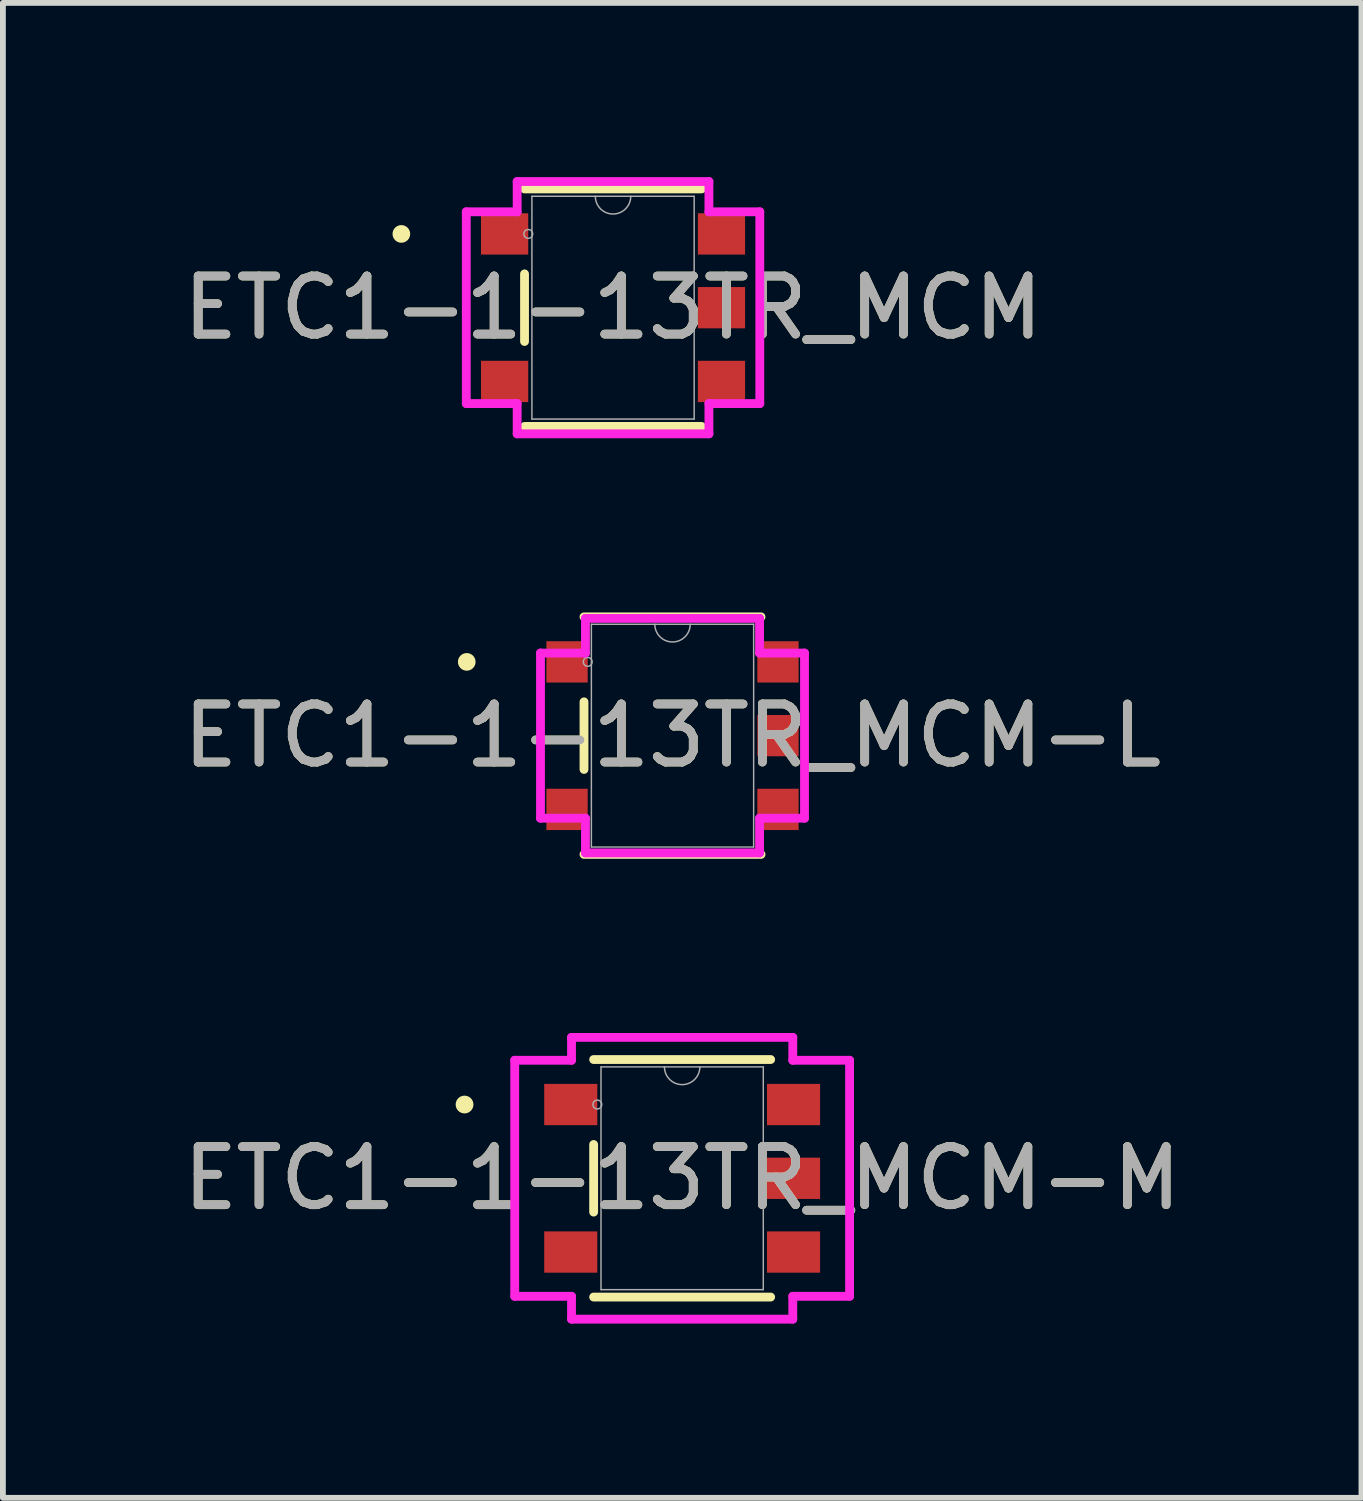
<source format=kicad_pcb>
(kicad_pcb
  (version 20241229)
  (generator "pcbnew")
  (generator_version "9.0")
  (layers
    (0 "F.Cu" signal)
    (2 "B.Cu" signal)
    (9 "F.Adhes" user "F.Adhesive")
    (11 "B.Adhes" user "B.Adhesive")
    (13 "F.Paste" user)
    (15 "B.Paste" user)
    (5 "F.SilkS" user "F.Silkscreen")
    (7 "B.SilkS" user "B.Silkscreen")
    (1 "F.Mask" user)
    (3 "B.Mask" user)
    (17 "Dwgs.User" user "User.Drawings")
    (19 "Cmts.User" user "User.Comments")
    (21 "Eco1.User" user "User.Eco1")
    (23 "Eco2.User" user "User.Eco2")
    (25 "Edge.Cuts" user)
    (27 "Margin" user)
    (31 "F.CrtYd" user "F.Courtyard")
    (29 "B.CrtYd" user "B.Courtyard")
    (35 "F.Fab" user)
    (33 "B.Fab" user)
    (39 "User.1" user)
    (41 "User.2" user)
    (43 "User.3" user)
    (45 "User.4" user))
  (footprint "ETC1-1-13TR_MCM-M"
    (layer "F.Cu")
    (at 8.696 17.239)
    (property "Reference" "ETC1-1-13TR_MCM-M" (at 0 0 0) (unlocked yes) (layer "F.SilkS") (effects (font (size 1 1) (thickness 0.15))))
    (attr smd)
    (fp_line (start -1.524 -0.582) (end -1.524 0.582) (stroke (width 0.152) (type solid)) (layer "F.SilkS"))
    (fp_line (start -1.524 2.045) (end 1.524 2.045) (stroke (width 0.152) (type solid)) (layer "F.SilkS"))
    (fp_line (start 1.524 -2.045) (end -1.524 -2.045) (stroke (width 0.152) (type solid)) (layer "F.SilkS"))
    (fp_circle (center -3.747 -1.27) (end -3.67 -1.27) (stroke (width 0.152) (type solid)) (fill no) (layer "F.SilkS"))
    (fp_line (start -2.883 -2.032) (end -1.905 -2.032) (stroke (width 0.152) (type solid)) (layer "F.CrtYd"))
    (fp_line (start -2.883 2.032) (end -2.883 -2.032) (stroke (width 0.152) (type solid)) (layer "F.CrtYd"))
    (fp_line (start -1.905 -2.426) (end 1.905 -2.426) (stroke (width 0.152) (type solid)) (layer "F.CrtYd"))
    (fp_line (start -1.905 -2.032) (end -1.905 -2.426) (stroke (width 0.152) (type solid)) (layer "F.CrtYd"))
    (fp_line (start -1.905 2.032) (end -2.883 2.032) (stroke (width 0.152) (type solid)) (layer "F.CrtYd"))
    (fp_line (start -1.905 2.426) (end -1.905 2.032) (stroke (width 0.152) (type solid)) (layer "F.CrtYd"))
    (fp_line (start 1.905 -2.426) (end 1.905 -2.032) (stroke (width 0.152) (type solid)) (layer "F.CrtYd"))
    (fp_line (start 1.905 -2.032) (end 2.883 -2.032) (stroke (width 0.152) (type solid)) (layer "F.CrtYd"))
    (fp_line (start 1.905 2.032) (end 1.905 2.426) (stroke (width 0.152) (type solid)) (layer "F.CrtYd"))
    (fp_line (start 1.905 2.426) (end -1.905 2.426) (stroke (width 0.152) (type solid)) (layer "F.CrtYd"))
    (fp_line (start 2.883 -2.032) (end 2.883 2.032) (stroke (width 0.152) (type solid)) (layer "F.CrtYd"))
    (fp_line (start 2.883 2.032) (end 1.905 2.032) (stroke (width 0.152) (type solid)) (layer "F.CrtYd"))
    (fp_line (start -1.397 -1.918) (end -1.397 1.918) (stroke (width 0.025) (type solid)) (layer "F.Fab"))
    (fp_line (start -1.397 1.918) (end 1.397 1.918) (stroke (width 0.025) (type solid)) (layer "F.Fab"))
    (fp_line (start 1.397 -1.918) (end -1.397 -1.918) (stroke (width 0.025) (type solid)) (layer "F.Fab"))
    (fp_line (start 1.397 1.918) (end 1.397 -1.918) (stroke (width 0.025) (type solid)) (layer "F.Fab"))
    (fp_arc (start 0.3048 -1.9177) (mid 0 -1.6129) (end -0.3048 -1.9177) (stroke (width 0.0254) (type solid)) (layer "F.Fab"))
    (fp_circle (center -1.46 -1.27) (end -1.384 -1.27) (stroke (width 0.025) (type solid)) (fill no) (layer "F.Fab"))
    (fp_text user "${REFERENCE}" (at 0 0 0) (unlocked yes) (layer "F.Fab") (effects (font (size 1 1) (thickness 0.15))))
    (pad "1" smd rect (at -1.918 -1.27) (size 0.914 0.711) (layers "F.Cu" "F.Mask" "F.Paste"))
    (pad "2" smd rect (at -1.918 1.27) (size 0.914 0.711) (layers "F.Cu" "F.Mask" "F.Paste"))
    (pad "3" smd rect (at 1.918 1.27) (size 0.914 0.711) (layers "F.Cu" "F.Mask" "F.Paste"))
    (pad "4" smd rect (at 1.918 0) (size 0.914 0.711) (layers "F.Cu" "F.Mask" "F.Paste"))
    (pad "5" smd rect (at 1.918 -1.27) (size 0.914 0.711) (layers "F.Cu" "F.Mask" "F.Paste")))
  (footprint "ETC1-1-13TR_MCM-L"
    (layer "F.Cu")
    (at 8.53 9.617)
    (property "Reference" "ETC1-1-13TR_MCM-L" (at 0 0 0) (unlocked yes) (layer "F.SilkS") (effects (font (size 1 1) (thickness 0.15))))
    (attr smd)
    (fp_line (start -1.524 -0.582) (end -1.524 0.582) (stroke (width 0.152) (type solid)) (layer "F.SilkS"))
    (fp_line (start -1.524 2.045) (end 1.524 2.045) (stroke (width 0.152) (type solid)) (layer "F.SilkS"))
    (fp_line (start 1.524 -2.045) (end -1.524 -2.045) (stroke (width 0.152) (type solid)) (layer "F.SilkS"))
    (fp_circle (center -3.543 -1.27) (end -3.467 -1.27) (stroke (width 0.152) (type solid)) (fill no) (layer "F.SilkS"))
    (fp_line (start -2.273 -1.422) (end -1.499 -1.422) (stroke (width 0.152) (type solid)) (layer "F.CrtYd"))
    (fp_line (start -2.273 1.422) (end -2.273 -1.422) (stroke (width 0.152) (type solid)) (layer "F.CrtYd"))
    (fp_line (start -1.499 -2.019) (end 1.499 -2.019) (stroke (width 0.152) (type solid)) (layer "F.CrtYd"))
    (fp_line (start -1.499 -1.422) (end -1.499 -2.019) (stroke (width 0.152) (type solid)) (layer "F.CrtYd"))
    (fp_line (start -1.499 1.422) (end -2.273 1.422) (stroke (width 0.152) (type solid)) (layer "F.CrtYd"))
    (fp_line (start -1.499 2.019) (end -1.499 1.422) (stroke (width 0.152) (type solid)) (layer "F.CrtYd"))
    (fp_line (start 1.499 -2.019) (end 1.499 -1.422) (stroke (width 0.152) (type solid)) (layer "F.CrtYd"))
    (fp_line (start 1.499 -1.422) (end 2.273 -1.422) (stroke (width 0.152) (type solid)) (layer "F.CrtYd"))
    (fp_line (start 1.499 1.422) (end 1.499 2.019) (stroke (width 0.152) (type solid)) (layer "F.CrtYd"))
    (fp_line (start 1.499 2.019) (end -1.499 2.019) (stroke (width 0.152) (type solid)) (layer "F.CrtYd"))
    (fp_line (start 2.273 -1.422) (end 2.273 1.422) (stroke (width 0.152) (type solid)) (layer "F.CrtYd"))
    (fp_line (start 2.273 1.422) (end 1.499 1.422) (stroke (width 0.152) (type solid)) (layer "F.CrtYd"))
    (fp_line (start -1.397 -1.918) (end -1.397 1.918) (stroke (width 0.025) (type solid)) (layer "F.Fab"))
    (fp_line (start -1.397 1.918) (end 1.397 1.918) (stroke (width 0.025) (type solid)) (layer "F.Fab"))
    (fp_line (start 1.397 -1.918) (end -1.397 -1.918) (stroke (width 0.025) (type solid)) (layer "F.Fab"))
    (fp_line (start 1.397 1.918) (end 1.397 -1.918) (stroke (width 0.025) (type solid)) (layer "F.Fab"))
    (fp_arc (start 0.3048 -1.9177) (mid 0 -1.6129) (end -0.3048 -1.9177) (stroke (width 0.0254) (type solid)) (layer "F.Fab"))
    (fp_circle (center -1.46 -1.27) (end -1.384 -1.27) (stroke (width 0.025) (type solid)) (fill no) (layer "F.Fab"))
    (fp_text user "${REFERENCE}" (at 0 0 0) (unlocked yes) (layer "F.Fab") (effects (font (size 1 1) (thickness 0.15))))
    (pad "1" smd rect (at -1.816 -1.27) (size 0.711 0.711) (layers "F.Cu" "F.Mask" "F.Paste"))
    (pad "2" smd rect (at -1.816 1.27) (size 0.711 0.711) (layers "F.Cu" "F.Mask" "F.Paste"))
    (pad "3" smd rect (at 1.816 1.27) (size 0.711 0.711) (layers "F.Cu" "F.Mask" "F.Paste"))
    (pad "4" smd rect (at 1.816 0) (size 0.711 0.711) (layers "F.Cu" "F.Mask" "F.Paste"))
    (pad "5" smd rect (at 1.816 -1.27) (size 0.711 0.711) (layers "F.Cu" "F.Mask" "F.Paste")))
  (footprint "ETC1-1-13TR_MCM"
    (layer "F.Cu")
    (at 7.506 2.248)
    (property "Reference" "ETC1-1-13TR_MCM" (at 0 0 0) (unlocked yes) (layer "F.SilkS") (effects (font (size 1 1) (thickness 0.15))))
    (attr smd)
    (fp_line (start -1.524 -0.582) (end -1.524 0.582) (stroke (width 0.152) (type solid)) (layer "F.SilkS"))
    (fp_line (start -1.524 2.045) (end 1.524 2.045) (stroke (width 0.152) (type solid)) (layer "F.SilkS"))
    (fp_line (start 1.524 -2.045) (end -1.524 -2.045) (stroke (width 0.152) (type solid)) (layer "F.SilkS"))
    (fp_circle (center -3.645 -1.27) (end -3.569 -1.27) (stroke (width 0.152) (type solid)) (fill no) (layer "F.SilkS"))
    (fp_line (start -2.527 -1.651) (end -1.651 -1.651) (stroke (width 0.152) (type solid)) (layer "F.CrtYd"))
    (fp_line (start -2.527 1.651) (end -2.527 -1.651) (stroke (width 0.152) (type solid)) (layer "F.CrtYd"))
    (fp_line (start -1.651 -2.172) (end 1.651 -2.172) (stroke (width 0.152) (type solid)) (layer "F.CrtYd"))
    (fp_line (start -1.651 -1.651) (end -1.651 -2.172) (stroke (width 0.152) (type solid)) (layer "F.CrtYd"))
    (fp_line (start -1.651 1.651) (end -2.527 1.651) (stroke (width 0.152) (type solid)) (layer "F.CrtYd"))
    (fp_line (start -1.651 2.172) (end -1.651 1.651) (stroke (width 0.152) (type solid)) (layer "F.CrtYd"))
    (fp_line (start 1.651 -2.172) (end 1.651 -1.651) (stroke (width 0.152) (type solid)) (layer "F.CrtYd"))
    (fp_line (start 1.651 -1.651) (end 2.527 -1.651) (stroke (width 0.152) (type solid)) (layer "F.CrtYd"))
    (fp_line (start 1.651 1.651) (end 1.651 2.172) (stroke (width 0.152) (type solid)) (layer "F.CrtYd"))
    (fp_line (start 1.651 2.172) (end -1.651 2.172) (stroke (width 0.152) (type solid)) (layer "F.CrtYd"))
    (fp_line (start 2.527 -1.651) (end 2.527 1.651) (stroke (width 0.152) (type solid)) (layer "F.CrtYd"))
    (fp_line (start 2.527 1.651) (end 1.651 1.651) (stroke (width 0.152) (type solid)) (layer "F.CrtYd"))
    (fp_line (start -1.397 -1.918) (end -1.397 1.918) (stroke (width 0.025) (type solid)) (layer "F.Fab"))
    (fp_line (start -1.397 1.918) (end 1.397 1.918) (stroke (width 0.025) (type solid)) (layer "F.Fab"))
    (fp_line (start 1.397 -1.918) (end -1.397 -1.918) (stroke (width 0.025) (type solid)) (layer "F.Fab"))
    (fp_line (start 1.397 1.918) (end 1.397 -1.918) (stroke (width 0.025) (type solid)) (layer "F.Fab"))
    (fp_arc (start 0.3048 -1.9177) (mid 0 -1.6129) (end -0.3048 -1.9177) (stroke (width 0.0254) (type solid)) (layer "F.Fab"))
    (fp_circle (center -1.46 -1.27) (end -1.384 -1.27) (stroke (width 0.025) (type solid)) (fill no) (layer "F.Fab"))
    (fp_text user "${REFERENCE}" (at 0 0 0) (unlocked yes) (layer "F.Fab") (effects (font (size 1 1) (thickness 0.15))))
    (pad "1" smd rect (at -1.867 -1.27) (size 0.813 0.711) (layers "F.Cu" "F.Mask" "F.Paste"))
    (pad "2" smd rect (at -1.867 1.27) (size 0.813 0.711) (layers "F.Cu" "F.Mask" "F.Paste"))
    (pad "3" smd rect (at 1.867 1.27) (size 0.813 0.711) (layers "F.Cu" "F.Mask" "F.Paste"))
    (pad "4" smd rect (at 1.867 0) (size 0.813 0.711) (layers "F.Cu" "F.Mask" "F.Paste"))
    (pad "5" smd rect (at 1.867 -1.27) (size 0.813 0.711) (layers "F.Cu" "F.Mask" "F.Paste")))
  (gr_rect
    (start -3 -3)
    (end 20.393 22.741)
    (stroke (width 0.1) (type default))
    (fill no)
    (layer "Edge.Cuts")))
</source>
